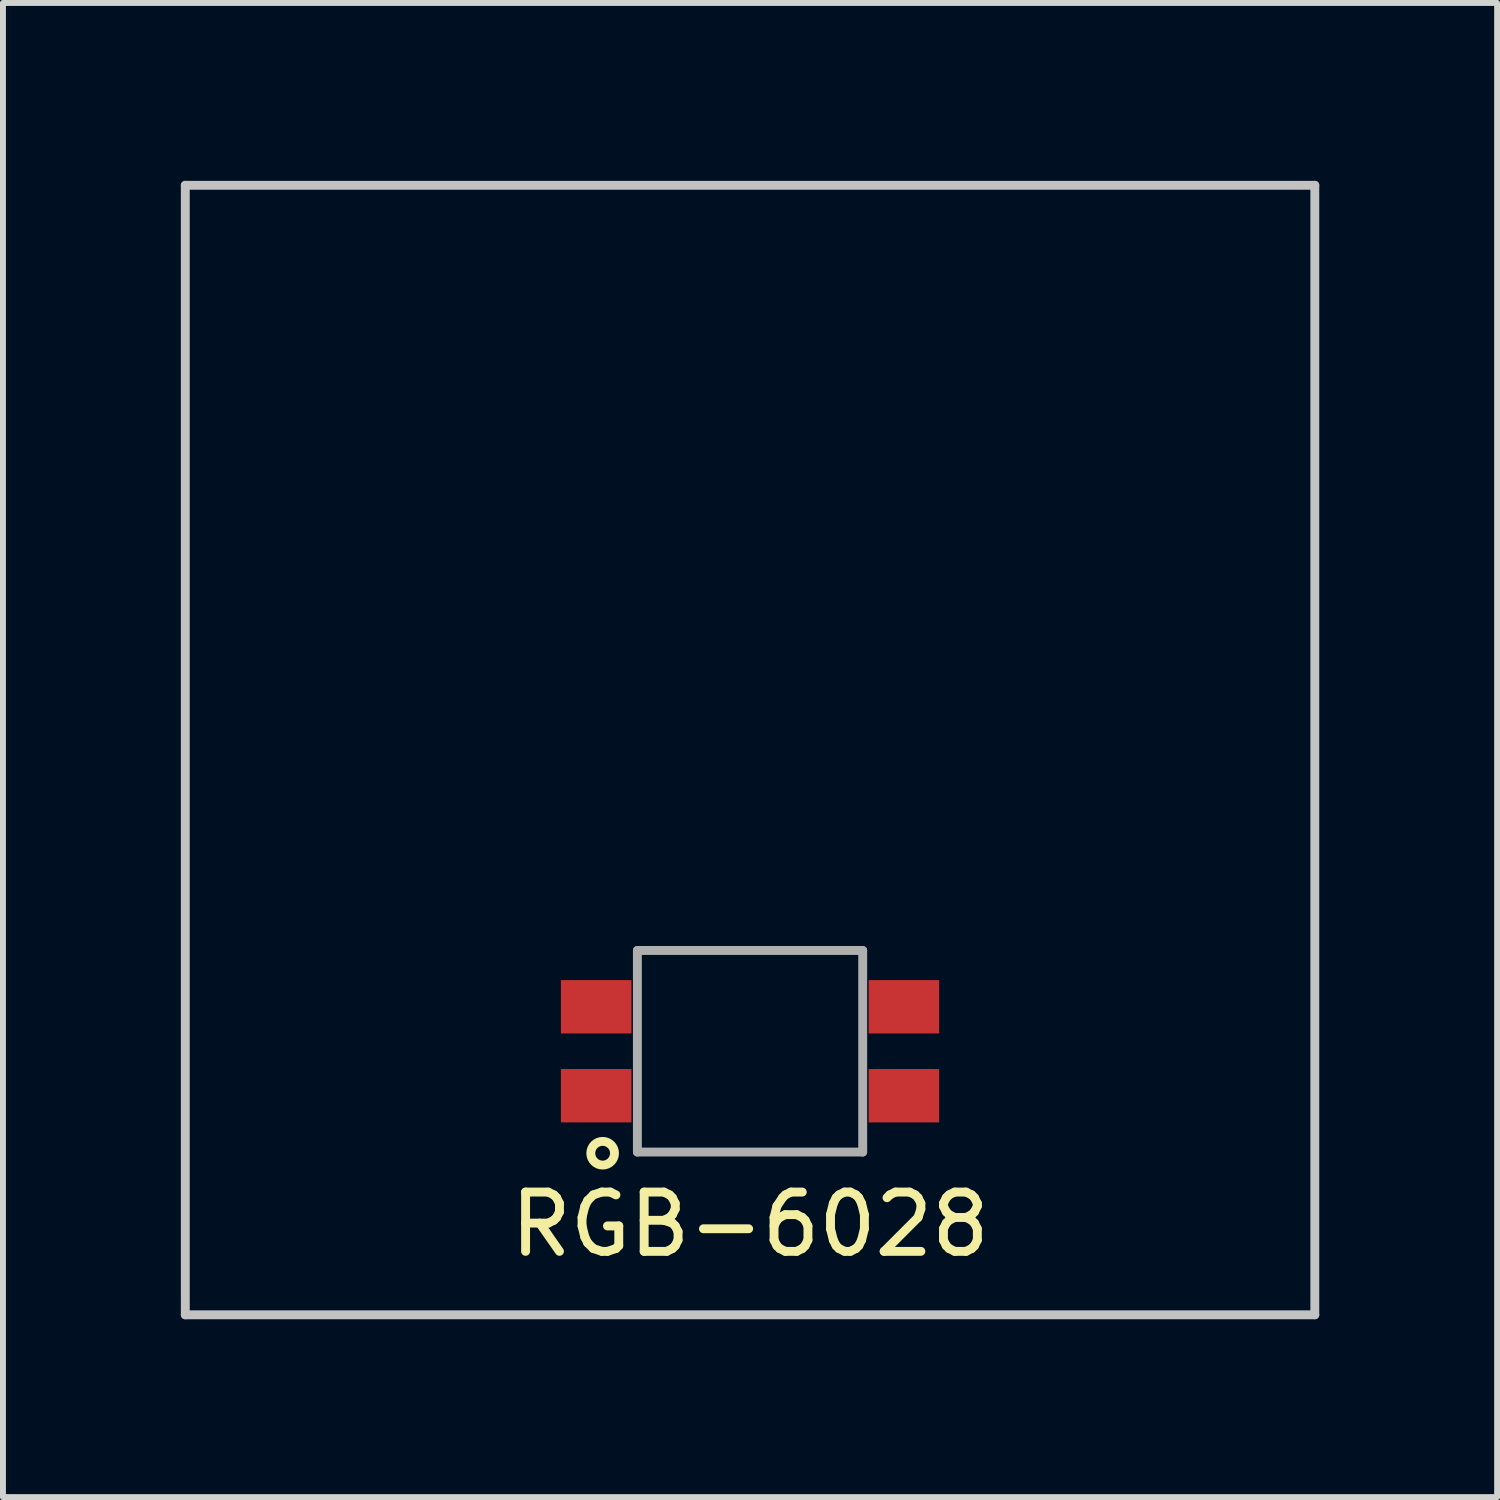
<source format=kicad_pcb>
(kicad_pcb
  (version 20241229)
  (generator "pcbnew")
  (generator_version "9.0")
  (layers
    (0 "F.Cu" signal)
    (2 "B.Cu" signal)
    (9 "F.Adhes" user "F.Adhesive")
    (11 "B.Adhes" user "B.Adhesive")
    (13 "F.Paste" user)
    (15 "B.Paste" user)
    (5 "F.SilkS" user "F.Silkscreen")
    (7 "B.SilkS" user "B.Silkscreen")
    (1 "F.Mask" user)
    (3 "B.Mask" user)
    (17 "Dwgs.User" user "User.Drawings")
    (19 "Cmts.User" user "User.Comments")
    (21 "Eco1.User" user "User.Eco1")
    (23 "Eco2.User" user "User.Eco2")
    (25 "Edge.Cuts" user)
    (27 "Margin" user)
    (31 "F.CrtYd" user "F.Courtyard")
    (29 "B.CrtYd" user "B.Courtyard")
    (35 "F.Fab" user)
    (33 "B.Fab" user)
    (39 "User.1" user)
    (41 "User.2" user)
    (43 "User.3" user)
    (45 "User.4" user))
  (footprint "RGB-6028"
    (layer "F.Cu")
    (at 9.6 9.6)
    (property "Reference" "RGB-6028" (at 0 8 0) (layer "F.SilkS") (effects (font (size 1 1) (thickness 0.15))))
    (attr smd)
    (fp_circle (center -2.486 6.8) (end -2.486 6.6) (stroke (width 0.15) (type solid)) (fill no) (layer "F.SilkS"))
    (fp_line (start -9.525 -9.525) (end 9.525 -9.525) (stroke (width 0.15) (type solid)) (layer "Dwgs.User"))
    (fp_line (start -9.525 9.525) (end -9.525 -9.525) (stroke (width 0.15) (type solid)) (layer "Dwgs.User"))
    (fp_line (start 9.525 -9.525) (end 9.525 9.525) (stroke (width 0.15) (type solid)) (layer "Dwgs.User"))
    (fp_line (start 9.525 9.525) (end -9.525 9.525) (stroke (width 0.15) (type solid)) (layer "Dwgs.User"))
    (fp_line (start -1.9 3.38) (end -1.9 6.78) (stroke (width 0.15) (type solid)) (layer "F.Fab"))
    (fp_line (start 1.9 3.38) (end -1.9 3.38) (stroke (width 0.15) (type solid)) (layer "F.Fab"))
    (fp_line (start 1.9 3.38) (end 1.9 6.78) (stroke (width 0.15) (type solid)) (layer "F.Fab"))
    (fp_line (start 1.9 6.78) (end -1.9 6.78) (stroke (width 0.15) (type solid)) (layer "F.Fab"))
    (pad "1" smd rect (at -2.595 5.83) (size 1.19 0.9) (layers "F.Cu" "F.Mask" "F.Paste"))
    (pad "2" smd rect (at 2.595 5.83) (size 1.19 0.9) (layers "F.Cu" "F.Mask" "F.Paste"))
    (pad "3" smd rect (at -2.595 4.33) (size 1.19 0.9) (layers "F.Cu" "F.Mask" "F.Paste"))
    (pad "4" smd rect (at 2.595 4.33) (size 1.19 0.9) (layers "F.Cu" "F.Mask" "F.Paste")))
  (gr_rect
    (start -3 -3)
    (end 22.2 22.2)
    (stroke (width 0.1) (type default))
    (fill no)
    (layer "Edge.Cuts")))
</source>
